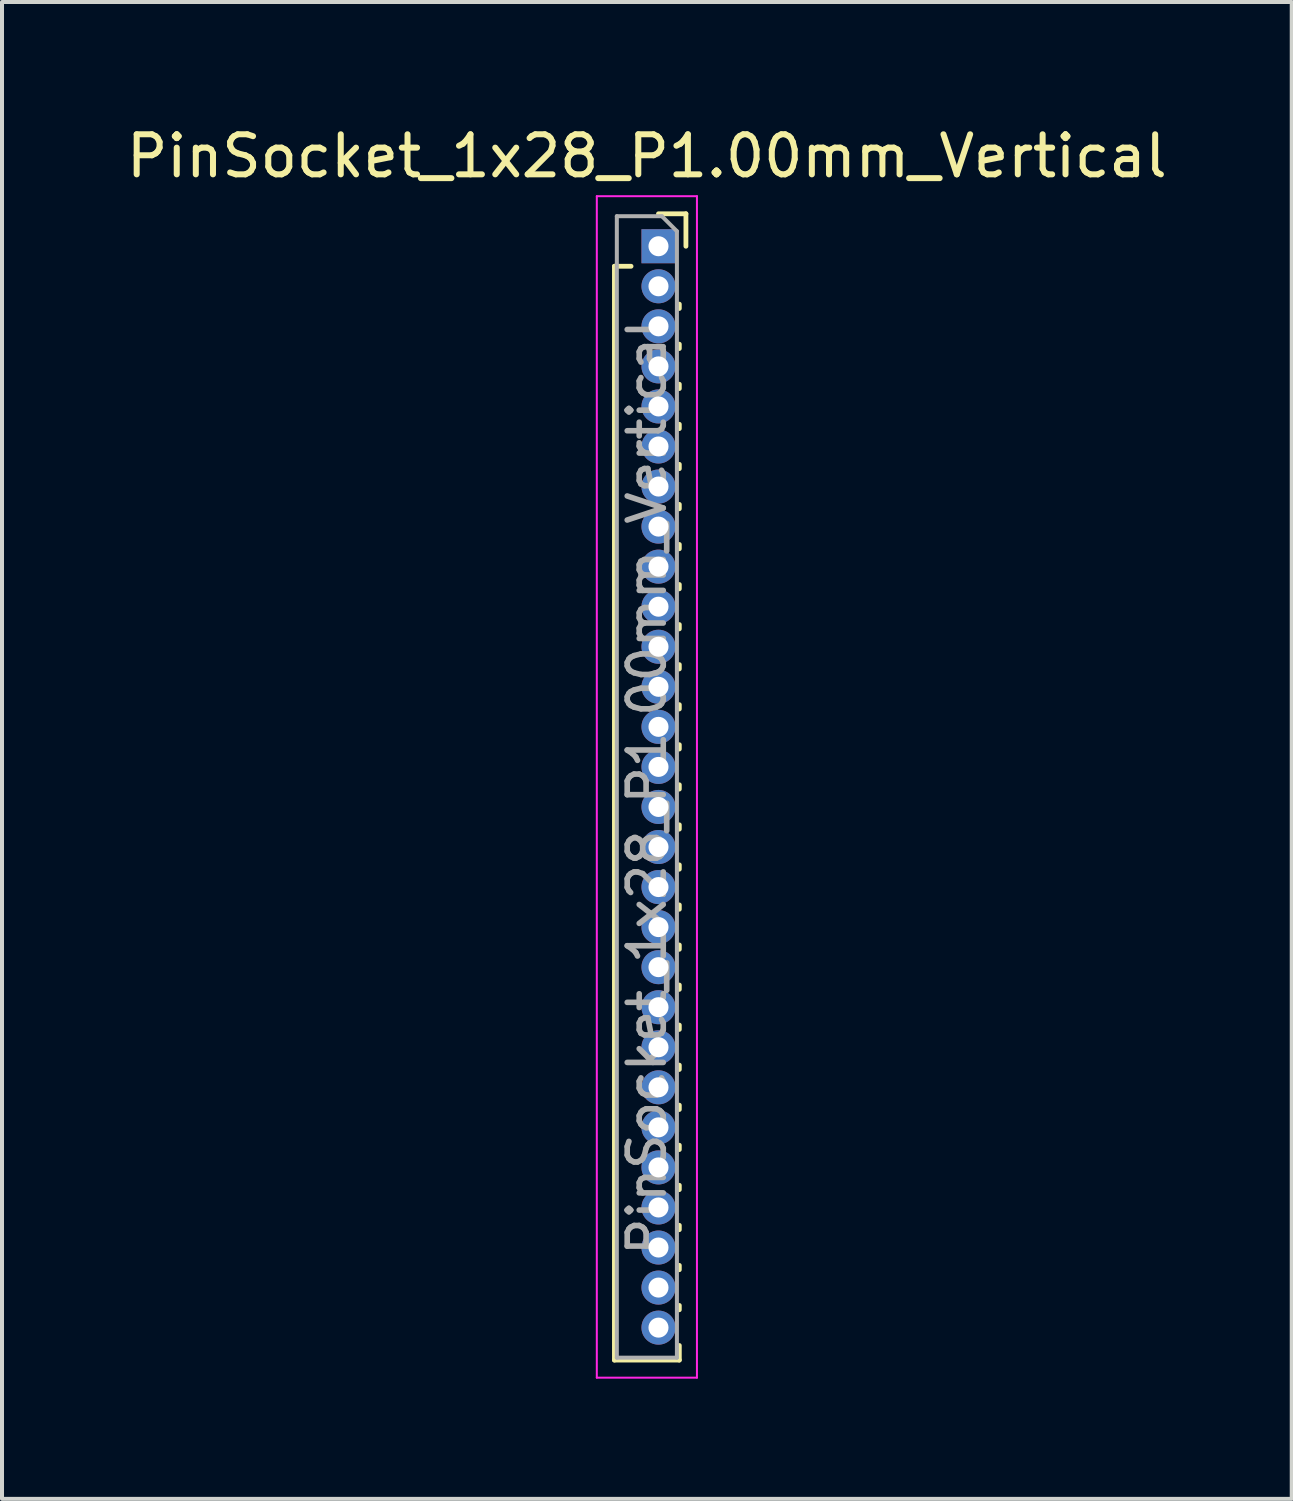
<source format=kicad_pcb>
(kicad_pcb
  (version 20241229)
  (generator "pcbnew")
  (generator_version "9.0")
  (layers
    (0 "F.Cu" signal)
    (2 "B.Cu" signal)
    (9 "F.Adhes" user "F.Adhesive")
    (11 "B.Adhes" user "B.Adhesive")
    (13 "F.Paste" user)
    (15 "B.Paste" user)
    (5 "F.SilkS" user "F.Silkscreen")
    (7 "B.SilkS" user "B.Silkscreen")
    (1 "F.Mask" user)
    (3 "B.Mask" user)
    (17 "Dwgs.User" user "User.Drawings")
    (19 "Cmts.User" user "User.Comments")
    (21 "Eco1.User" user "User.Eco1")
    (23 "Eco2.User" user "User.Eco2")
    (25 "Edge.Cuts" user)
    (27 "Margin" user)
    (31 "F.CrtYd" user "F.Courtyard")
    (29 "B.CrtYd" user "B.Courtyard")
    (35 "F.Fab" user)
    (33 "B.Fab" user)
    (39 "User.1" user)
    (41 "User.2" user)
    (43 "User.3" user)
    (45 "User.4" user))
  (footprint "PinSocket_1x28_P1.00mm_Vertical"
    (layer "F.Cu")
    (at 13.391 3.098)
    (property "Reference" "PinSocket_1x28_P1.00mm_Vertical" (at -0.29 -2.25 0) (layer "F.SilkS") (effects (font (size 1 1) (thickness 0.15))))
    (attr through_hole)
    (fp_line (start -1.1 0.5) (end -1.1 27.81) (stroke (width 0.12) (type solid)) (layer "F.SilkS"))
    (fp_line (start -1.1 0.5) (end -0.685 0.5) (stroke (width 0.12) (type solid)) (layer "F.SilkS"))
    (fp_line (start -1.1 27.81) (end 0.52 27.81) (stroke (width 0.12) (type solid)) (layer "F.SilkS"))
    (fp_line (start 0 -0.81) (end 0.685 -0.81) (stroke (width 0.12) (type solid)) (layer "F.SilkS"))
    (fp_line (start 0.52 1.446) (end 0.52 1.554) (stroke (width 0.12) (type solid)) (layer "F.SilkS"))
    (fp_line (start 0.52 2.446) (end 0.52 2.554) (stroke (width 0.12) (type solid)) (layer "F.SilkS"))
    (fp_line (start 0.52 3.446) (end 0.52 3.554) (stroke (width 0.12) (type solid)) (layer "F.SilkS"))
    (fp_line (start 0.52 4.446) (end 0.52 4.554) (stroke (width 0.12) (type solid)) (layer "F.SilkS"))
    (fp_line (start 0.52 5.446) (end 0.52 5.554) (stroke (width 0.12) (type solid)) (layer "F.SilkS"))
    (fp_line (start 0.52 6.446) (end 0.52 6.554) (stroke (width 0.12) (type solid)) (layer "F.SilkS"))
    (fp_line (start 0.52 7.446) (end 0.52 7.554) (stroke (width 0.12) (type solid)) (layer "F.SilkS"))
    (fp_line (start 0.52 8.446) (end 0.52 8.554) (stroke (width 0.12) (type solid)) (layer "F.SilkS"))
    (fp_line (start 0.52 9.446) (end 0.52 9.554) (stroke (width 0.12) (type solid)) (layer "F.SilkS"))
    (fp_line (start 0.52 10.446) (end 0.52 10.554) (stroke (width 0.12) (type solid)) (layer "F.SilkS"))
    (fp_line (start 0.52 11.446) (end 0.52 11.554) (stroke (width 0.12) (type solid)) (layer "F.SilkS"))
    (fp_line (start 0.52 12.446) (end 0.52 12.554) (stroke (width 0.12) (type solid)) (layer "F.SilkS"))
    (fp_line (start 0.52 13.446) (end 0.52 13.554) (stroke (width 0.12) (type solid)) (layer "F.SilkS"))
    (fp_line (start 0.52 14.446) (end 0.52 14.554) (stroke (width 0.12) (type solid)) (layer "F.SilkS"))
    (fp_line (start 0.52 15.446) (end 0.52 15.554) (stroke (width 0.12) (type solid)) (layer "F.SilkS"))
    (fp_line (start 0.52 16.446) (end 0.52 16.554) (stroke (width 0.12) (type solid)) (layer "F.SilkS"))
    (fp_line (start 0.52 17.446) (end 0.52 17.554) (stroke (width 0.12) (type solid)) (layer "F.SilkS"))
    (fp_line (start 0.52 18.446) (end 0.52 18.554) (stroke (width 0.12) (type solid)) (layer "F.SilkS"))
    (fp_line (start 0.52 19.446) (end 0.52 19.554) (stroke (width 0.12) (type solid)) (layer "F.SilkS"))
    (fp_line (start 0.52 20.446) (end 0.52 20.554) (stroke (width 0.12) (type solid)) (layer "F.SilkS"))
    (fp_line (start 0.52 21.446) (end 0.52 21.554) (stroke (width 0.12) (type solid)) (layer "F.SilkS"))
    (fp_line (start 0.52 22.446) (end 0.52 22.554) (stroke (width 0.12) (type solid)) (layer "F.SilkS"))
    (fp_line (start 0.52 23.446) (end 0.52 23.554) (stroke (width 0.12) (type solid)) (layer "F.SilkS"))
    (fp_line (start 0.52 24.446) (end 0.52 24.554) (stroke (width 0.12) (type solid)) (layer "F.SilkS"))
    (fp_line (start 0.52 25.446) (end 0.52 25.554) (stroke (width 0.12) (type solid)) (layer "F.SilkS"))
    (fp_line (start 0.52 26.446) (end 0.52 26.554) (stroke (width 0.12) (type solid)) (layer "F.SilkS"))
    (fp_line (start 0.52 27.446) (end 0.52 27.81) (stroke (width 0.12) (type solid)) (layer "F.SilkS"))
    (fp_line (start 0.685 -0.81) (end 0.685 0) (stroke (width 0.12) (type solid)) (layer "F.SilkS"))
    (fp_line (start -1.54 -1.25) (end 0.96 -1.25) (stroke (width 0.05) (type solid)) (layer "F.CrtYd"))
    (fp_line (start -1.54 28.25) (end -1.54 -1.25) (stroke (width 0.05) (type solid)) (layer "F.CrtYd"))
    (fp_line (start 0.96 -1.25) (end 0.96 28.25) (stroke (width 0.05) (type solid)) (layer "F.CrtYd"))
    (fp_line (start 0.96 28.25) (end -1.54 28.25) (stroke (width 0.05) (type solid)) (layer "F.CrtYd"))
    (fp_line (start -1.04 -0.75) (end 0.085 -0.75) (stroke (width 0.1) (type solid)) (layer "F.Fab"))
    (fp_line (start -1.04 27.75) (end -1.04 -0.75) (stroke (width 0.1) (type solid)) (layer "F.Fab"))
    (fp_line (start 0.085 -0.75) (end 0.46 -0.375) (stroke (width 0.1) (type solid)) (layer "F.Fab"))
    (fp_line (start 0.46 -0.375) (end 0.46 27.75) (stroke (width 0.1) (type solid)) (layer "F.Fab"))
    (fp_line (start 0.46 27.75) (end -1.04 27.75) (stroke (width 0.1) (type solid)) (layer "F.Fab"))
    (fp_text user "${REFERENCE}" (at -0.29 13.5 90) (layer "F.Fab") (effects (font (size 0.9 0.9) (thickness 0.14))))
    (pad "1" thru_hole rect (at 0 0) (size 0.85 0.85) (drill 0.5) (layers "*.Cu" "*.Mask"))
    (pad "2" thru_hole circle (at 0 1) (size 0.85 0.85) (drill 0.5) (layers "*.Cu" "*.Mask"))
    (pad "3" thru_hole circle (at 0 2) (size 0.85 0.85) (drill 0.5) (layers "*.Cu" "*.Mask"))
    (pad "4" thru_hole circle (at 0 3) (size 0.85 0.85) (drill 0.5) (layers "*.Cu" "*.Mask"))
    (pad "5" thru_hole circle (at 0 4) (size 0.85 0.85) (drill 0.5) (layers "*.Cu" "*.Mask"))
    (pad "6" thru_hole circle (at 0 5) (size 0.85 0.85) (drill 0.5) (layers "*.Cu" "*.Mask"))
    (pad "7" thru_hole circle (at 0 6) (size 0.85 0.85) (drill 0.5) (layers "*.Cu" "*.Mask"))
    (pad "8" thru_hole circle (at 0 7) (size 0.85 0.85) (drill 0.5) (layers "*.Cu" "*.Mask"))
    (pad "9" thru_hole circle (at 0 8) (size 0.85 0.85) (drill 0.5) (layers "*.Cu" "*.Mask"))
    (pad "10" thru_hole circle (at 0 9) (size 0.85 0.85) (drill 0.5) (layers "*.Cu" "*.Mask"))
    (pad "11" thru_hole circle (at 0 10) (size 0.85 0.85) (drill 0.5) (layers "*.Cu" "*.Mask"))
    (pad "12" thru_hole circle (at 0 11) (size 0.85 0.85) (drill 0.5) (layers "*.Cu" "*.Mask"))
    (pad "13" thru_hole circle (at 0 12) (size 0.85 0.85) (drill 0.5) (layers "*.Cu" "*.Mask"))
    (pad "14" thru_hole circle (at 0 13) (size 0.85 0.85) (drill 0.5) (layers "*.Cu" "*.Mask"))
    (pad "15" thru_hole circle (at 0 14) (size 0.85 0.85) (drill 0.5) (layers "*.Cu" "*.Mask"))
    (pad "16" thru_hole circle (at 0 15) (size 0.85 0.85) (drill 0.5) (layers "*.Cu" "*.Mask"))
    (pad "17" thru_hole circle (at 0 16) (size 0.85 0.85) (drill 0.5) (layers "*.Cu" "*.Mask"))
    (pad "18" thru_hole circle (at 0 17) (size 0.85 0.85) (drill 0.5) (layers "*.Cu" "*.Mask"))
    (pad "19" thru_hole circle (at 0 18) (size 0.85 0.85) (drill 0.5) (layers "*.Cu" "*.Mask"))
    (pad "20" thru_hole circle (at 0 19) (size 0.85 0.85) (drill 0.5) (layers "*.Cu" "*.Mask"))
    (pad "21" thru_hole circle (at 0 20) (size 0.85 0.85) (drill 0.5) (layers "*.Cu" "*.Mask"))
    (pad "22" thru_hole circle (at 0 21) (size 0.85 0.85) (drill 0.5) (layers "*.Cu" "*.Mask"))
    (pad "23" thru_hole circle (at 0 22) (size 0.85 0.85) (drill 0.5) (layers "*.Cu" "*.Mask"))
    (pad "24" thru_hole circle (at 0 23) (size 0.85 0.85) (drill 0.5) (layers "*.Cu" "*.Mask"))
    (pad "25" thru_hole circle (at 0 24) (size 0.85 0.85) (drill 0.5) (layers "*.Cu" "*.Mask"))
    (pad "26" thru_hole circle (at 0 25) (size 0.85 0.85) (drill 0.5) (layers "*.Cu" "*.Mask"))
    (pad "27" thru_hole circle (at 0 26) (size 0.85 0.85) (drill 0.5) (layers "*.Cu" "*.Mask"))
    (pad "28" thru_hole circle (at 0 27) (size 0.85 0.85) (drill 0.5) (layers "*.Cu" "*.Mask")))
  (gr_rect
    (start -3 -3)
    (end 29.202 34.373)
    (stroke (width 0.1) (type default))
    (fill no)
    (layer "Edge.Cuts")))
</source>
